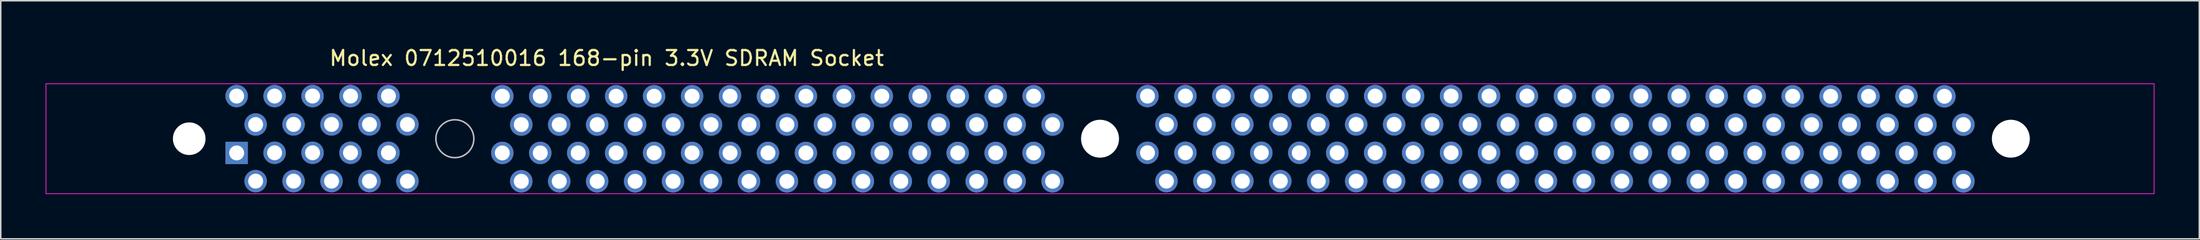
<source format=kicad_pcb>
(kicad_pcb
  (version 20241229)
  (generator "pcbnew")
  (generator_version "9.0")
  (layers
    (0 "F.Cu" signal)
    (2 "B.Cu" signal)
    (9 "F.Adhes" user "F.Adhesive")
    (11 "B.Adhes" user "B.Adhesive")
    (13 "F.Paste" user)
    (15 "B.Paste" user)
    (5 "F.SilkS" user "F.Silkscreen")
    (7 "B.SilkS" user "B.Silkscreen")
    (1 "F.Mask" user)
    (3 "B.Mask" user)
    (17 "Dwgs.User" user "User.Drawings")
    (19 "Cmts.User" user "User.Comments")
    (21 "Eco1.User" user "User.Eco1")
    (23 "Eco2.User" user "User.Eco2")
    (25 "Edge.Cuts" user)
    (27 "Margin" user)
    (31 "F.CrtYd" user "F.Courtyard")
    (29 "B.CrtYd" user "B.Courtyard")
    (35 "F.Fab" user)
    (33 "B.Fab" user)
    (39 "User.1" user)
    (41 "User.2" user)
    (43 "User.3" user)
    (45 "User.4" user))
  (footprint "Molex 0712510016 168-pin 3.3V SDRAM Socket"
    (layer "F.Cu")
    (at 12.789 7.198)
    (property "Reference" "Molex 0712510016 168-pin 3.3V SDRAM Socket" (at 24.765 -6.35 0) (layer "F.SilkS") (effects (font (size 1 1) (thickness 0.15))))
    (attr through_hole)
    (fp_circle (center 14.605 -0.953) (end 15.875 -0.953) (stroke (width 0.1) (type solid)) (fill no) (layer "Dwgs.User"))
    (fp_rect (start -12.764 -4.636) (end 128.333 2.731) (stroke (width 0.05) (type default)) (fill no) (layer "F.CrtYd"))
    (pad "" np_thru_hole circle (at -3.175 -0.953) (size 2.184 2.184) (drill 2.184) (layers "*.Cu" "*.Mask"))
    (pad "" np_thru_hole circle (at 57.785 -0.953) (size 2.54 2.54) (drill 2.54) (layers "*.Cu" "*.Mask"))
    (pad "" np_thru_hole circle (at 118.745 -0.953) (size 2.54 2.54) (drill 2.54) (layers "*.Cu" "*.Mask"))
    (pad "1" thru_hole rect (at 0 0) (size 1.5 1.5) (drill 1) (layers "*.Cu" "*.Mask"))
    (pad "2" thru_hole circle (at 1.27 1.89) (size 1.5 1.5) (drill 1) (layers "*.Cu" "*.Mask"))
    (pad "3" thru_hole circle (at 2.54 -0.01) (size 1.5 1.5) (drill 1) (layers "*.Cu" "*.Mask"))
    (pad "4" thru_hole circle (at 3.81 1.89) (size 1.5 1.5) (drill 1) (layers "*.Cu" "*.Mask"))
    (pad "5" thru_hole circle (at 5.08 -0.01) (size 1.5 1.5) (drill 1) (layers "*.Cu" "*.Mask"))
    (pad "6" thru_hole circle (at 6.35 1.89) (size 1.5 1.5) (drill 1) (layers "*.Cu" "*.Mask"))
    (pad "7" thru_hole circle (at 7.62 -0.01) (size 1.5 1.5) (drill 1) (layers "*.Cu" "*.Mask"))
    (pad "8" thru_hole circle (at 8.89 1.89) (size 1.5 1.5) (drill 1) (layers "*.Cu" "*.Mask"))
    (pad "9" thru_hole circle (at 10.16 -0.01) (size 1.5 1.5) (drill 1) (layers "*.Cu" "*.Mask"))
    (pad "10" thru_hole circle (at 11.43 1.89) (size 1.5 1.5) (drill 1) (layers "*.Cu" "*.Mask"))
    (pad "11" thru_hole circle (at 17.78 0) (size 1.5 1.5) (drill 1) (layers "*.Cu" "*.Mask"))
    (pad "12" thru_hole circle (at 19.05 1.9) (size 1.5 1.5) (drill 1) (layers "*.Cu" "*.Mask"))
    (pad "13" thru_hole circle (at 20.32 0) (size 1.5 1.5) (drill 1) (layers "*.Cu" "*.Mask"))
    (pad "14" thru_hole circle (at 21.59 1.9) (size 1.5 1.5) (drill 1) (layers "*.Cu" "*.Mask"))
    (pad "15" thru_hole circle (at 22.86 0) (size 1.5 1.5) (drill 1) (layers "*.Cu" "*.Mask"))
    (pad "16" thru_hole circle (at 24.13 1.9) (size 1.5 1.5) (drill 1) (layers "*.Cu" "*.Mask"))
    (pad "17" thru_hole circle (at 25.4 0) (size 1.5 1.5) (drill 1) (layers "*.Cu" "*.Mask"))
    (pad "18" thru_hole circle (at 26.67 1.9) (size 1.5 1.5) (drill 1) (layers "*.Cu" "*.Mask"))
    (pad "19" thru_hole circle (at 27.94 0) (size 1.5 1.5) (drill 1) (layers "*.Cu" "*.Mask"))
    (pad "20" thru_hole circle (at 29.21 1.9) (size 1.5 1.5) (drill 1) (layers "*.Cu" "*.Mask"))
    (pad "21" thru_hole circle (at 30.48 0) (size 1.5 1.5) (drill 1) (layers "*.Cu" "*.Mask"))
    (pad "22" thru_hole circle (at 31.75 1.9) (size 1.5 1.5) (drill 1) (layers "*.Cu" "*.Mask"))
    (pad "23" thru_hole circle (at 33.02 0) (size 1.5 1.5) (drill 1) (layers "*.Cu" "*.Mask"))
    (pad "24" thru_hole circle (at 34.29 1.9) (size 1.5 1.5) (drill 1) (layers "*.Cu" "*.Mask"))
    (pad "25" thru_hole circle (at 35.56 0) (size 1.5 1.5) (drill 1) (layers "*.Cu" "*.Mask"))
    (pad "26" thru_hole circle (at 36.83 1.9) (size 1.5 1.5) (drill 1) (layers "*.Cu" "*.Mask"))
    (pad "27" thru_hole circle (at 38.1 0) (size 1.5 1.5) (drill 1) (layers "*.Cu" "*.Mask"))
    (pad "28" thru_hole circle (at 39.37 1.9) (size 1.5 1.5) (drill 1) (layers "*.Cu" "*.Mask"))
    (pad "29" thru_hole circle (at 40.64 0) (size 1.5 1.5) (drill 1) (layers "*.Cu" "*.Mask"))
    (pad "30" thru_hole circle (at 41.91 1.9) (size 1.5 1.5) (drill 1) (layers "*.Cu" "*.Mask"))
    (pad "31" thru_hole circle (at 43.18 0) (size 1.5 1.5) (drill 1) (layers "*.Cu" "*.Mask"))
    (pad "32" thru_hole circle (at 44.45 1.9) (size 1.5 1.5) (drill 1) (layers "*.Cu" "*.Mask"))
    (pad "33" thru_hole circle (at 45.72 0) (size 1.5 1.5) (drill 1) (layers "*.Cu" "*.Mask"))
    (pad "34" thru_hole circle (at 46.99 1.9) (size 1.5 1.5) (drill 1) (layers "*.Cu" "*.Mask"))
    (pad "35" thru_hole circle (at 48.26 0) (size 1.5 1.5) (drill 1) (layers "*.Cu" "*.Mask"))
    (pad "36" thru_hole circle (at 49.53 1.9) (size 1.5 1.5) (drill 1) (layers "*.Cu" "*.Mask"))
    (pad "37" thru_hole circle (at 50.8 0) (size 1.5 1.5) (drill 1) (layers "*.Cu" "*.Mask"))
    (pad "38" thru_hole circle (at 52.07 1.9) (size 1.5 1.5) (drill 1) (layers "*.Cu" "*.Mask"))
    (pad "39" thru_hole circle (at 53.34 0) (size 1.5 1.5) (drill 1) (layers "*.Cu" "*.Mask"))
    (pad "40" thru_hole circle (at 54.61 1.9) (size 1.5 1.5) (drill 1) (layers "*.Cu" "*.Mask"))
    (pad "41" thru_hole circle (at 60.96 -0.01) (size 1.5 1.5) (drill 1) (layers "*.Cu" "*.Mask"))
    (pad "42" thru_hole circle (at 62.23 1.89) (size 1.5 1.5) (drill 1) (layers "*.Cu" "*.Mask"))
    (pad "43" thru_hole circle (at 63.5 -0.01) (size 1.5 1.5) (drill 1) (layers "*.Cu" "*.Mask"))
    (pad "44" thru_hole circle (at 64.77 1.89) (size 1.5 1.5) (drill 1) (layers "*.Cu" "*.Mask"))
    (pad "45" thru_hole circle (at 66.04 -0.01) (size 1.5 1.5) (drill 1) (layers "*.Cu" "*.Mask"))
    (pad "46" thru_hole circle (at 67.31 1.89) (size 1.5 1.5) (drill 1) (layers "*.Cu" "*.Mask"))
    (pad "47" thru_hole circle (at 68.58 -0.01) (size 1.5 1.5) (drill 1) (layers "*.Cu" "*.Mask"))
    (pad "48" thru_hole circle (at 69.85 1.89) (size 1.5 1.5) (drill 1) (layers "*.Cu" "*.Mask"))
    (pad "49" thru_hole circle (at 71.12 -0.01) (size 1.5 1.5) (drill 1) (layers "*.Cu" "*.Mask"))
    (pad "50" thru_hole circle (at 72.39 1.89) (size 1.5 1.5) (drill 1) (layers "*.Cu" "*.Mask"))
    (pad "51" thru_hole circle (at 73.66 -0.01) (size 1.5 1.5) (drill 1) (layers "*.Cu" "*.Mask"))
    (pad "52" thru_hole circle (at 74.93 1.89) (size 1.5 1.5) (drill 1) (layers "*.Cu" "*.Mask"))
    (pad "53" thru_hole circle (at 76.2 -0.01) (size 1.5 1.5) (drill 1) (layers "*.Cu" "*.Mask"))
    (pad "54" thru_hole circle (at 77.47 1.89) (size 1.5 1.5) (drill 1) (layers "*.Cu" "*.Mask"))
    (pad "55" thru_hole circle (at 78.74 -0.01) (size 1.5 1.5) (drill 1) (layers "*.Cu" "*.Mask"))
    (pad "56" thru_hole circle (at 80.01 1.89) (size 1.5 1.5) (drill 1) (layers "*.Cu" "*.Mask"))
    (pad "57" thru_hole circle (at 81.28 -0.01) (size 1.5 1.5) (drill 1) (layers "*.Cu" "*.Mask"))
    (pad "58" thru_hole circle (at 82.55 1.89) (size 1.5 1.5) (drill 1) (layers "*.Cu" "*.Mask"))
    (pad "59" thru_hole circle (at 83.82 -0.01) (size 1.5 1.5) (drill 1) (layers "*.Cu" "*.Mask"))
    (pad "60" thru_hole circle (at 85.09 1.89) (size 1.5 1.5) (drill 1) (layers "*.Cu" "*.Mask"))
    (pad "61" thru_hole circle (at 86.36 -0.01) (size 1.5 1.5) (drill 1) (layers "*.Cu" "*.Mask"))
    (pad "62" thru_hole circle (at 87.63 1.89) (size 1.5 1.5) (drill 1) (layers "*.Cu" "*.Mask"))
    (pad "63" thru_hole circle (at 88.9 -0.01) (size 1.5 1.5) (drill 1) (layers "*.Cu" "*.Mask"))
    (pad "64" thru_hole circle (at 90.17 1.89) (size 1.5 1.5) (drill 1) (layers "*.Cu" "*.Mask"))
    (pad "65" thru_hole circle (at 91.44 -0.01) (size 1.5 1.5) (drill 1) (layers "*.Cu" "*.Mask"))
    (pad "66" thru_hole circle (at 92.71 1.89) (size 1.5 1.5) (drill 1) (layers "*.Cu" "*.Mask"))
    (pad "67" thru_hole circle (at 93.98 -0.01) (size 1.5 1.5) (drill 1) (layers "*.Cu" "*.Mask"))
    (pad "68" thru_hole circle (at 95.25 1.89) (size 1.5 1.5) (drill 1) (layers "*.Cu" "*.Mask"))
    (pad "69" thru_hole circle (at 96.52 -0.01) (size 1.5 1.5) (drill 1) (layers "*.Cu" "*.Mask"))
    (pad "70" thru_hole circle (at 97.79 1.89) (size 1.5 1.5) (drill 1) (layers "*.Cu" "*.Mask"))
    (pad "71" thru_hole circle (at 99.06 0.005) (size 1.5 1.5) (drill 1) (layers "*.Cu" "*.Mask"))
    (pad "72" thru_hole circle (at 100.33 1.905) (size 1.5 1.5) (drill 1) (layers "*.Cu" "*.Mask"))
    (pad "73" thru_hole circle (at 101.6 0.005) (size 1.5 1.5) (drill 1) (layers "*.Cu" "*.Mask"))
    (pad "74" thru_hole circle (at 102.87 1.905) (size 1.5 1.5) (drill 1) (layers "*.Cu" "*.Mask"))
    (pad "75" thru_hole circle (at 104.14 0.005) (size 1.5 1.5) (drill 1) (layers "*.Cu" "*.Mask"))
    (pad "76" thru_hole circle (at 105.41 1.905) (size 1.5 1.5) (drill 1) (layers "*.Cu" "*.Mask"))
    (pad "77" thru_hole circle (at 106.68 0.005) (size 1.5 1.5) (drill 1) (layers "*.Cu" "*.Mask"))
    (pad "78" thru_hole circle (at 107.95 1.905) (size 1.5 1.5) (drill 1) (layers "*.Cu" "*.Mask"))
    (pad "79" thru_hole circle (at 109.22 0.005) (size 1.5 1.5) (drill 1) (layers "*.Cu" "*.Mask"))
    (pad "80" thru_hole circle (at 110.49 1.905) (size 1.5 1.5) (drill 1) (layers "*.Cu" "*.Mask"))
    (pad "81" thru_hole circle (at 111.76 0.005) (size 1.5 1.5) (drill 1) (layers "*.Cu" "*.Mask"))
    (pad "82" thru_hole circle (at 113.03 1.905) (size 1.5 1.5) (drill 1) (layers "*.Cu" "*.Mask"))
    (pad "83" thru_hole circle (at 114.3 0.005) (size 1.5 1.5) (drill 1) (layers "*.Cu" "*.Mask"))
    (pad "84" thru_hole circle (at 115.57 1.905) (size 1.5 1.5) (drill 1) (layers "*.Cu" "*.Mask"))
    (pad "85" thru_hole circle (at 0 -3.81) (size 1.5 1.5) (drill 1) (layers "*.Cu" "*.Mask"))
    (pad "86" thru_hole circle (at 1.27 -1.905) (size 1.5 1.5) (drill 1) (layers "*.Cu" "*.Mask"))
    (pad "87" thru_hole circle (at 2.54 -3.81) (size 1.5 1.5) (drill 1) (layers "*.Cu" "*.Mask"))
    (pad "88" thru_hole circle (at 3.81 -1.91) (size 1.5 1.5) (drill 1) (layers "*.Cu" "*.Mask"))
    (pad "89" thru_hole circle (at 5.08 -3.81) (size 1.5 1.5) (drill 1) (layers "*.Cu" "*.Mask"))
    (pad "90" thru_hole circle (at 6.35 -1.91) (size 1.5 1.5) (drill 1) (layers "*.Cu" "*.Mask"))
    (pad "91" thru_hole circle (at 7.62 -3.81) (size 1.5 1.5) (drill 1) (layers "*.Cu" "*.Mask"))
    (pad "92" thru_hole circle (at 8.89 -1.91) (size 1.5 1.5) (drill 1) (layers "*.Cu" "*.Mask"))
    (pad "93" thru_hole circle (at 10.16 -3.81) (size 1.5 1.5) (drill 1) (layers "*.Cu" "*.Mask"))
    (pad "94" thru_hole circle (at 11.43 -1.91) (size 1.5 1.5) (drill 1) (layers "*.Cu" "*.Mask"))
    (pad "95" thru_hole circle (at 17.78 -3.8) (size 1.5 1.5) (drill 1) (layers "*.Cu" "*.Mask"))
    (pad "96" thru_hole circle (at 19.05 -1.9) (size 1.5 1.5) (drill 1) (layers "*.Cu" "*.Mask"))
    (pad "97" thru_hole circle (at 20.32 -3.8) (size 1.5 1.5) (drill 1) (layers "*.Cu" "*.Mask"))
    (pad "98" thru_hole circle (at 21.59 -1.9) (size 1.5 1.5) (drill 1) (layers "*.Cu" "*.Mask"))
    (pad "99" thru_hole circle (at 22.86 -3.8) (size 1.5 1.5) (drill 1) (layers "*.Cu" "*.Mask"))
    (pad "100" thru_hole circle (at 24.13 -1.9) (size 1.5 1.5) (drill 1) (layers "*.Cu" "*.Mask"))
    (pad "101" thru_hole circle (at 25.4 -3.8) (size 1.5 1.5) (drill 1) (layers "*.Cu" "*.Mask"))
    (pad "102" thru_hole circle (at 26.67 -1.9) (size 1.5 1.5) (drill 1) (layers "*.Cu" "*.Mask"))
    (pad "103" thru_hole circle (at 27.94 -3.8) (size 1.5 1.5) (drill 1) (layers "*.Cu" "*.Mask"))
    (pad "104" thru_hole circle (at 29.21 -1.9) (size 1.5 1.5) (drill 1) (layers "*.Cu" "*.Mask"))
    (pad "105" thru_hole circle (at 30.48 -3.8) (size 1.5 1.5) (drill 1) (layers "*.Cu" "*.Mask"))
    (pad "106" thru_hole circle (at 31.75 -1.9) (size 1.5 1.5) (drill 1) (layers "*.Cu" "*.Mask"))
    (pad "107" thru_hole circle (at 33.02 -3.8) (size 1.5 1.5) (drill 1) (layers "*.Cu" "*.Mask"))
    (pad "108" thru_hole circle (at 34.29 -1.9) (size 1.5 1.5) (drill 1) (layers "*.Cu" "*.Mask"))
    (pad "109" thru_hole circle (at 35.56 -3.8) (size 1.5 1.5) (drill 1) (layers "*.Cu" "*.Mask"))
    (pad "110" thru_hole circle (at 36.83 -1.9) (size 1.5 1.5) (drill 1) (layers "*.Cu" "*.Mask"))
    (pad "111" thru_hole circle (at 38.1 -3.8) (size 1.5 1.5) (drill 1) (layers "*.Cu" "*.Mask"))
    (pad "112" thru_hole circle (at 39.37 -1.9) (size 1.5 1.5) (drill 1) (layers "*.Cu" "*.Mask"))
    (pad "113" thru_hole circle (at 40.64 -3.8) (size 1.5 1.5) (drill 1) (layers "*.Cu" "*.Mask"))
    (pad "114" thru_hole circle (at 41.91 -1.9) (size 1.5 1.5) (drill 1) (layers "*.Cu" "*.Mask"))
    (pad "115" thru_hole circle (at 43.18 -3.8) (size 1.5 1.5) (drill 1) (layers "*.Cu" "*.Mask"))
    (pad "116" thru_hole circle (at 44.45 -1.9) (size 1.5 1.5) (drill 1) (layers "*.Cu" "*.Mask"))
    (pad "117" thru_hole circle (at 45.72 -3.8) (size 1.5 1.5) (drill 1) (layers "*.Cu" "*.Mask"))
    (pad "118" thru_hole circle (at 46.99 -1.9) (size 1.5 1.5) (drill 1) (layers "*.Cu" "*.Mask"))
    (pad "119" thru_hole circle (at 48.26 -3.8) (size 1.5 1.5) (drill 1) (layers "*.Cu" "*.Mask"))
    (pad "120" thru_hole circle (at 49.53 -1.9) (size 1.5 1.5) (drill 1) (layers "*.Cu" "*.Mask"))
    (pad "121" thru_hole circle (at 50.8 -3.8) (size 1.5 1.5) (drill 1) (layers "*.Cu" "*.Mask"))
    (pad "122" thru_hole circle (at 52.07 -1.9) (size 1.5 1.5) (drill 1) (layers "*.Cu" "*.Mask"))
    (pad "123" thru_hole circle (at 53.34 -3.8) (size 1.5 1.5) (drill 1) (layers "*.Cu" "*.Mask"))
    (pad "124" thru_hole circle (at 54.61 -1.9) (size 1.5 1.5) (drill 1) (layers "*.Cu" "*.Mask"))
    (pad "125" thru_hole circle (at 60.96 -3.81) (size 1.5 1.5) (drill 1) (layers "*.Cu" "*.Mask"))
    (pad "126" thru_hole circle (at 62.23 -1.91) (size 1.5 1.5) (drill 1) (layers "*.Cu" "*.Mask"))
    (pad "127" thru_hole circle (at 63.5 -3.81) (size 1.5 1.5) (drill 1) (layers "*.Cu" "*.Mask"))
    (pad "128" thru_hole circle (at 64.77 -1.91) (size 1.5 1.5) (drill 1) (layers "*.Cu" "*.Mask"))
    (pad "129" thru_hole circle (at 66.04 -3.81) (size 1.5 1.5) (drill 1) (layers "*.Cu" "*.Mask"))
    (pad "130" thru_hole circle (at 67.31 -1.91) (size 1.5 1.5) (drill 1) (layers "*.Cu" "*.Mask"))
    (pad "131" thru_hole circle (at 68.58 -3.81) (size 1.5 1.5) (drill 1) (layers "*.Cu" "*.Mask"))
    (pad "132" thru_hole circle (at 69.85 -1.91) (size 1.5 1.5) (drill 1) (layers "*.Cu" "*.Mask"))
    (pad "133" thru_hole circle (at 71.12 -3.81) (size 1.5 1.5) (drill 1) (layers "*.Cu" "*.Mask"))
    (pad "134" thru_hole circle (at 72.39 -1.91) (size 1.5 1.5) (drill 1) (layers "*.Cu" "*.Mask"))
    (pad "135" thru_hole circle (at 73.66 -3.81) (size 1.5 1.5) (drill 1) (layers "*.Cu" "*.Mask"))
    (pad "136" thru_hole circle (at 74.93 -1.91) (size 1.5 1.5) (drill 1) (layers "*.Cu" "*.Mask"))
    (pad "137" thru_hole circle (at 76.2 -3.81) (size 1.5 1.5) (drill 1) (layers "*.Cu" "*.Mask"))
    (pad "138" thru_hole circle (at 77.47 -1.91) (size 1.5 1.5) (drill 1) (layers "*.Cu" "*.Mask"))
    (pad "139" thru_hole circle (at 78.74 -3.81) (size 1.5 1.5) (drill 1) (layers "*.Cu" "*.Mask"))
    (pad "140" thru_hole circle (at 80.01 -1.91) (size 1.5 1.5) (drill 1) (layers "*.Cu" "*.Mask"))
    (pad "141" thru_hole circle (at 81.28 -3.81) (size 1.5 1.5) (drill 1) (layers "*.Cu" "*.Mask"))
    (pad "142" thru_hole circle (at 82.55 -1.91) (size 1.5 1.5) (drill 1) (layers "*.Cu" "*.Mask"))
    (pad "143" thru_hole circle (at 83.82 -3.81) (size 1.5 1.5) (drill 1) (layers "*.Cu" "*.Mask"))
    (pad "144" thru_hole circle (at 85.09 -1.91) (size 1.5 1.5) (drill 1) (layers "*.Cu" "*.Mask"))
    (pad "145" thru_hole circle (at 86.36 -3.81) (size 1.5 1.5) (drill 1) (layers "*.Cu" "*.Mask"))
    (pad "146" thru_hole circle (at 87.63 -1.91) (size 1.5 1.5) (drill 1) (layers "*.Cu" "*.Mask"))
    (pad "147" thru_hole circle (at 88.9 -3.81) (size 1.5 1.5) (drill 1) (layers "*.Cu" "*.Mask"))
    (pad "148" thru_hole circle (at 90.17 -1.91) (size 1.5 1.5) (drill 1) (layers "*.Cu" "*.Mask"))
    (pad "149" thru_hole circle (at 91.44 -3.81) (size 1.5 1.5) (drill 1) (layers "*.Cu" "*.Mask"))
    (pad "150" thru_hole circle (at 92.71 -1.91) (size 1.5 1.5) (drill 1) (layers "*.Cu" "*.Mask"))
    (pad "151" thru_hole circle (at 93.98 -3.81) (size 1.5 1.5) (drill 1) (layers "*.Cu" "*.Mask"))
    (pad "152" thru_hole circle (at 95.25 -1.91) (size 1.5 1.5) (drill 1) (layers "*.Cu" "*.Mask"))
    (pad "153" thru_hole circle (at 96.52 -3.81) (size 1.5 1.5) (drill 1) (layers "*.Cu" "*.Mask"))
    (pad "154" thru_hole circle (at 97.79 -1.91) (size 1.5 1.5) (drill 1) (layers "*.Cu" "*.Mask"))
    (pad "155" thru_hole circle (at 99.06 -3.795) (size 1.5 1.5) (drill 1) (layers "*.Cu" "*.Mask"))
    (pad "156" thru_hole circle (at 100.33 -1.895) (size 1.5 1.5) (drill 1) (layers "*.Cu" "*.Mask"))
    (pad "157" thru_hole circle (at 101.6 -3.795) (size 1.5 1.5) (drill 1) (layers "*.Cu" "*.Mask"))
    (pad "158" thru_hole circle (at 102.87 -1.895) (size 1.5 1.5) (drill 1) (layers "*.Cu" "*.Mask"))
    (pad "159" thru_hole circle (at 104.14 -3.795) (size 1.5 1.5) (drill 1) (layers "*.Cu" "*.Mask"))
    (pad "160" thru_hole circle (at 105.41 -1.895) (size 1.5 1.5) (drill 1) (layers "*.Cu" "*.Mask"))
    (pad "161" thru_hole circle (at 106.68 -3.795) (size 1.5 1.5) (drill 1) (layers "*.Cu" "*.Mask"))
    (pad "162" thru_hole circle (at 107.95 -1.895) (size 1.5 1.5) (drill 1) (layers "*.Cu" "*.Mask"))
    (pad "163" thru_hole circle (at 109.22 -3.795) (size 1.5 1.5) (drill 1) (layers "*.Cu" "*.Mask"))
    (pad "164" thru_hole circle (at 110.49 -1.895) (size 1.5 1.5) (drill 1) (layers "*.Cu" "*.Mask"))
    (pad "165" thru_hole circle (at 111.76 -3.795) (size 1.5 1.5) (drill 1) (layers "*.Cu" "*.Mask"))
    (pad "166" thru_hole circle (at 113.03 -1.895) (size 1.5 1.5) (drill 1) (layers "*.Cu" "*.Mask"))
    (pad "167" thru_hole circle (at 114.3 -3.795) (size 1.5 1.5) (drill 1) (layers "*.Cu" "*.Mask"))
    (pad "168" thru_hole circle (at 115.57 -1.895) (size 1.5 1.5) (drill 1) (layers "*.Cu" "*.Mask")))
  (gr_rect
    (start -3 -3)
    (end 144.147 12.954)
    (stroke (width 0.1) (type default))
    (fill no)
    (layer "Edge.Cuts")))
</source>
